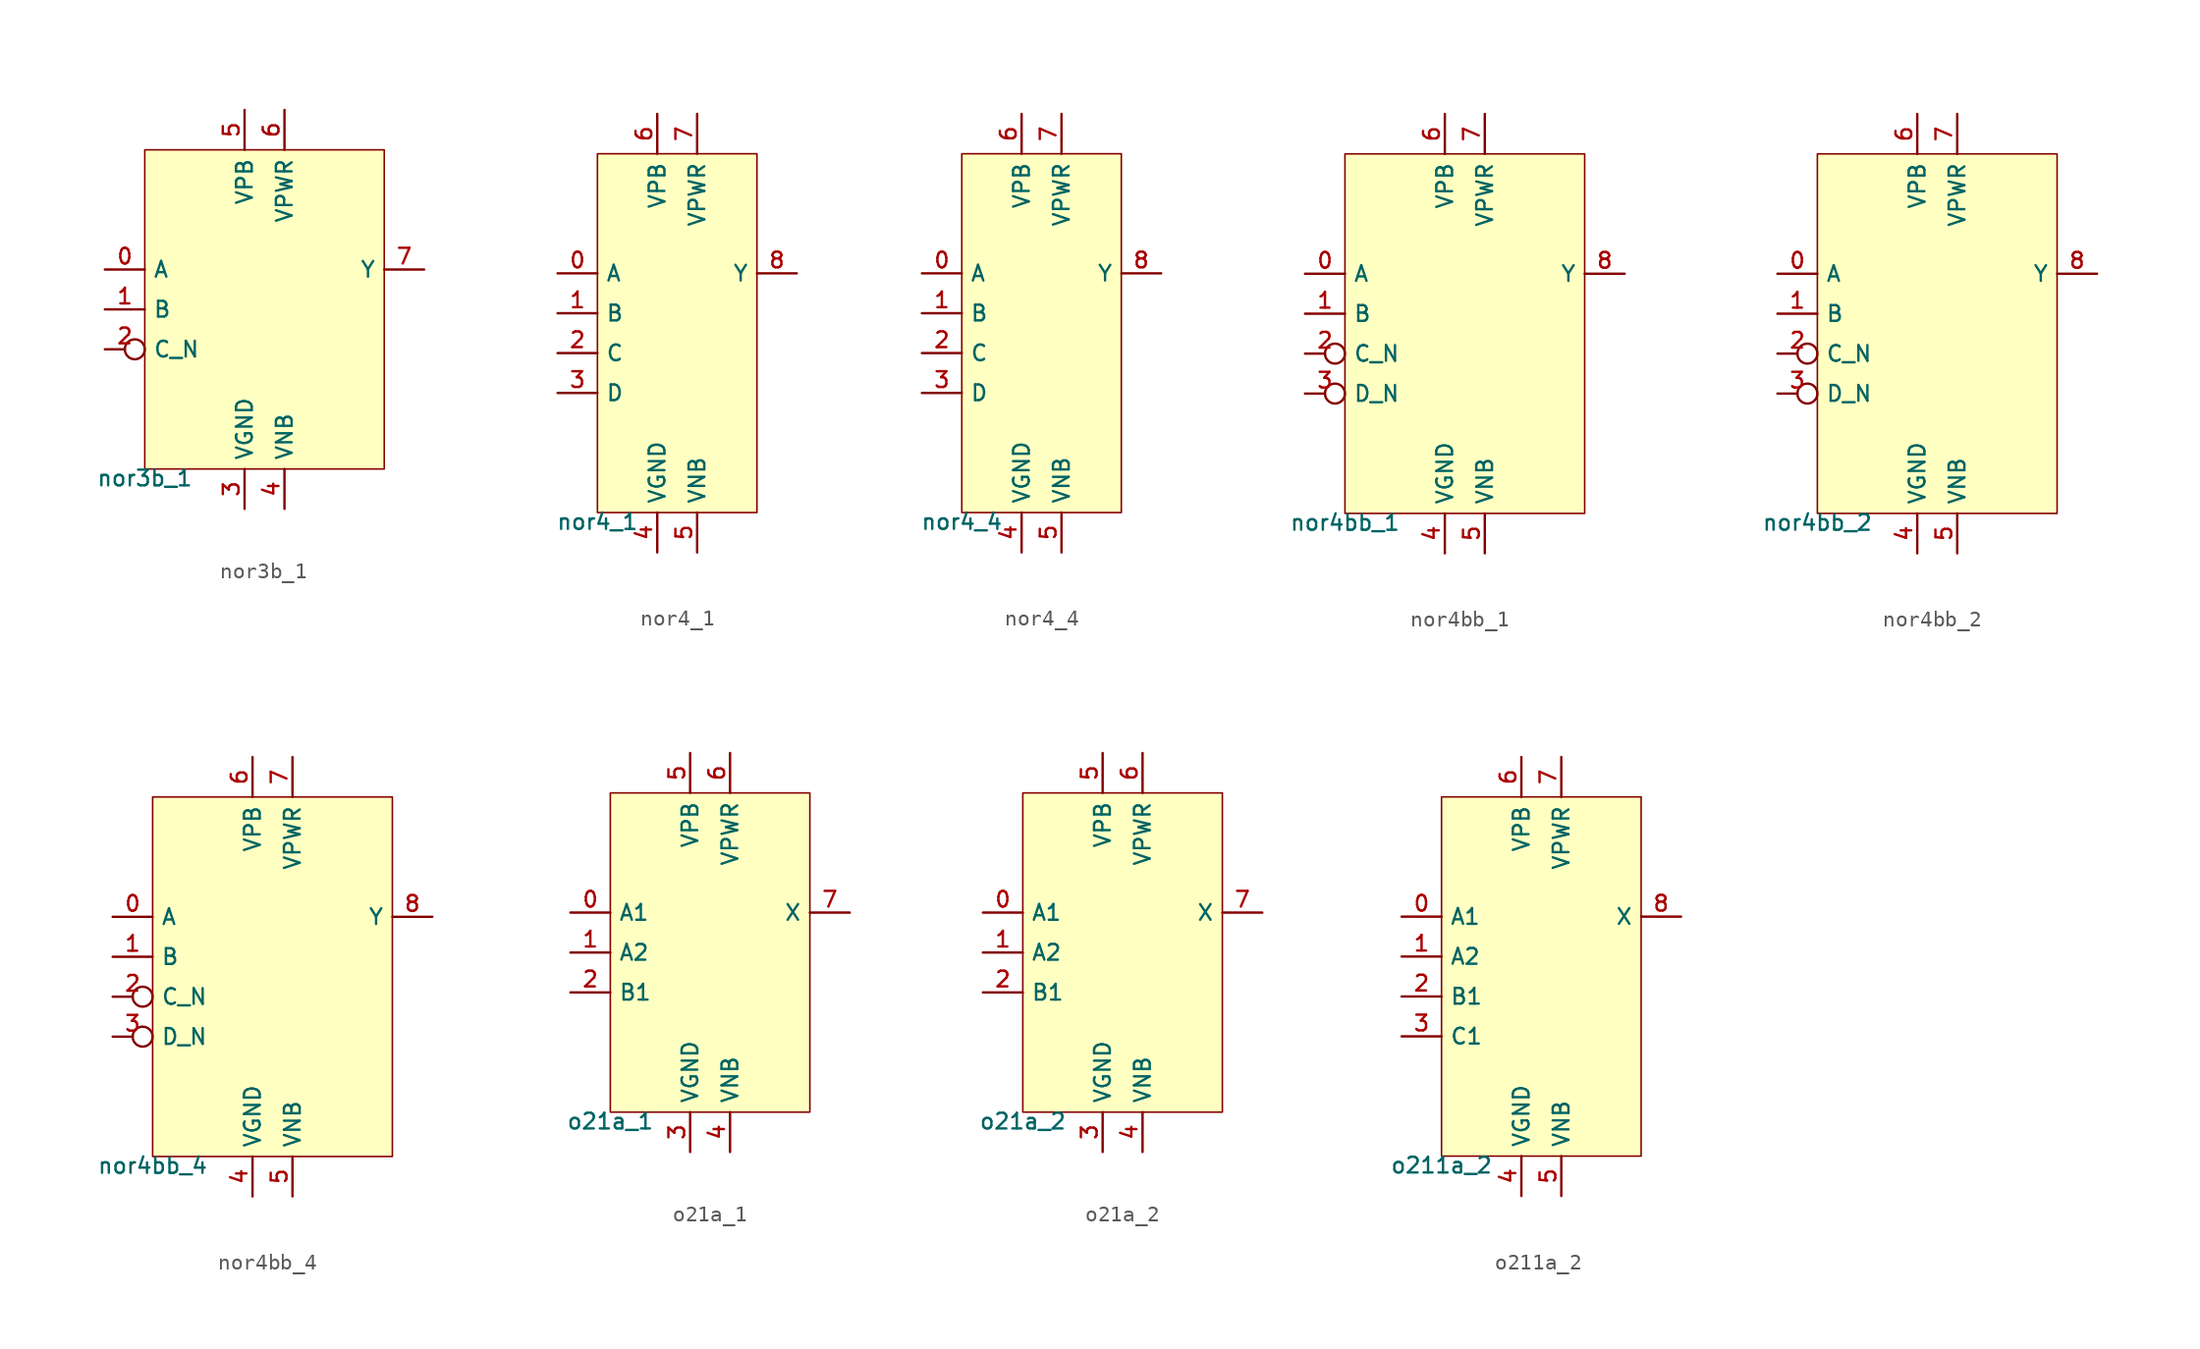
<source format=kicad_sym>
(kicad_symbol_lib
  (version 20211014)
  (generator lef2kicad_sym)
  (symbol "nor3b_1"
    (property "Reference" "CELL"
      (at 0 0 0)
      (effects (font (size 1 1)) hide))
    (property "Value" "nor3b_1"
      (at -7.62 -10.16 0)
      (effects (font (size 1 1)) (justify top)))
    (rectangle
      (start -7.62 -10.16)
      (end 7.62 10.16)
      (stroke (width 0.1) (type solid) (color 0 0 0 0))
      (fill (type background)))
    (pin input line
      (at -10.16 2.54 0)
      (length 2.54)
      (name "A" (effects (font (size 1 1)) hide))
      (number "0" (effects (font (size 1 1)) hide)))
    (pin input line
      (at -10.16 0.0 0)
      (length 2.54)
      (name "B" (effects (font (size 1 1)) hide))
      (number "1" (effects (font (size 1 1)) hide)))
    (pin input inverted
      (at -10.16 -2.54 0)
      (length 2.54)
      (name "C_N" (effects (font (size 1 1)) hide))
      (number "2" (effects (font (size 1 1)) hide)))
    (pin power_in line
      (at -1.27 -12.7 90)
      (length 2.54)
      (name "VGND" (effects (font (size 1 1)) hide))
      (number "3" (effects (font (size 1 1)) hide)))
    (pin power_in line
      (at 1.27 -12.7 90)
      (length 2.54)
      (name "VNB" (effects (font (size 1 1)) hide))
      (number "4" (effects (font (size 1 1)) hide)))
    (pin power_in line
      (at -1.27 12.7 270)
      (length 2.54)
      (name "VPB" (effects (font (size 1 1)) hide))
      (number "5" (effects (font (size 1 1)) hide)))
    (pin power_in line
      (at 1.27 12.7 270)
      (length 2.54)
      (name "VPWR" (effects (font (size 1 1)) hide))
      (number "6" (effects (font (size 1 1)) hide)))
    (pin output line
      (at 10.16 2.54 180)
      (length 2.54)
      (name "Y" (effects (font (size 1 1)) hide))
      (number "7" (effects (font (size 1 1)) hide))))
  (symbol "nor4_1"
    (property "Reference" "CELL"
      (at 0 0 0)
      (effects (font (size 1 1)) hide))
    (property "Value" "nor4_1"
      (at -5.08 -11.43 0)
      (effects (font (size 1 1)) (justify top)))
    (rectangle
      (start -5.08 -11.43)
      (end 5.08 11.43)
      (stroke (width 0.1) (type solid) (color 0 0 0 0))
      (fill (type background)))
    (pin input line
      (at -7.62 3.81 0)
      (length 2.54)
      (name "A" (effects (font (size 1 1)) hide))
      (number "0" (effects (font (size 1 1)) hide)))
    (pin input line
      (at -7.62 1.27 0)
      (length 2.54)
      (name "B" (effects (font (size 1 1)) hide))
      (number "1" (effects (font (size 1 1)) hide)))
    (pin input line
      (at -7.62 -1.27 0)
      (length 2.54)
      (name "C" (effects (font (size 1 1)) hide))
      (number "2" (effects (font (size 1 1)) hide)))
    (pin input line
      (at -7.62 -3.81 0)
      (length 2.54)
      (name "D" (effects (font (size 1 1)) hide))
      (number "3" (effects (font (size 1 1)) hide)))
    (pin power_in line
      (at -1.27 -13.97 90)
      (length 2.54)
      (name "VGND" (effects (font (size 1 1)) hide))
      (number "4" (effects (font (size 1 1)) hide)))
    (pin power_in line
      (at 1.27 -13.97 90)
      (length 2.54)
      (name "VNB" (effects (font (size 1 1)) hide))
      (number "5" (effects (font (size 1 1)) hide)))
    (pin power_in line
      (at -1.27 13.97 270)
      (length 2.54)
      (name "VPB" (effects (font (size 1 1)) hide))
      (number "6" (effects (font (size 1 1)) hide)))
    (pin power_in line
      (at 1.27 13.97 270)
      (length 2.54)
      (name "VPWR" (effects (font (size 1 1)) hide))
      (number "7" (effects (font (size 1 1)) hide)))
    (pin output line
      (at 7.62 3.81 180)
      (length 2.54)
      (name "Y" (effects (font (size 1 1)) hide))
      (number "8" (effects (font (size 1 1)) hide))))
  (symbol "nor4_4"
    (property "Reference" "CELL"
      (at 0 0 0)
      (effects (font (size 1 1)) hide))
    (property "Value" "nor4_4"
      (at -5.08 -11.43 0)
      (effects (font (size 1 1)) (justify top)))
    (rectangle
      (start -5.08 -11.43)
      (end 5.08 11.43)
      (stroke (width 0.1) (type solid) (color 0 0 0 0))
      (fill (type background)))
    (pin input line
      (at -7.62 3.81 0)
      (length 2.54)
      (name "A" (effects (font (size 1 1)) hide))
      (number "0" (effects (font (size 1 1)) hide)))
    (pin input line
      (at -7.62 1.27 0)
      (length 2.54)
      (name "B" (effects (font (size 1 1)) hide))
      (number "1" (effects (font (size 1 1)) hide)))
    (pin input line
      (at -7.62 -1.27 0)
      (length 2.54)
      (name "C" (effects (font (size 1 1)) hide))
      (number "2" (effects (font (size 1 1)) hide)))
    (pin input line
      (at -7.62 -3.81 0)
      (length 2.54)
      (name "D" (effects (font (size 1 1)) hide))
      (number "3" (effects (font (size 1 1)) hide)))
    (pin power_in line
      (at -1.27 -13.97 90)
      (length 2.54)
      (name "VGND" (effects (font (size 1 1)) hide))
      (number "4" (effects (font (size 1 1)) hide)))
    (pin power_in line
      (at 1.27 -13.97 90)
      (length 2.54)
      (name "VNB" (effects (font (size 1 1)) hide))
      (number "5" (effects (font (size 1 1)) hide)))
    (pin power_in line
      (at -1.27 13.97 270)
      (length 2.54)
      (name "VPB" (effects (font (size 1 1)) hide))
      (number "6" (effects (font (size 1 1)) hide)))
    (pin power_in line
      (at 1.27 13.97 270)
      (length 2.54)
      (name "VPWR" (effects (font (size 1 1)) hide))
      (number "7" (effects (font (size 1 1)) hide)))
    (pin output line
      (at 7.62 3.81 180)
      (length 2.54)
      (name "Y" (effects (font (size 1 1)) hide))
      (number "8" (effects (font (size 1 1)) hide))))
  (symbol "nor4bb_1"
    (property "Reference" "CELL"
      (at 0 0 0)
      (effects (font (size 1 1)) hide))
    (property "Value" "nor4bb_1"
      (at -7.62 -11.43 0)
      (effects (font (size 1 1)) (justify top)))
    (rectangle
      (start -7.62 -11.43)
      (end 7.62 11.43)
      (stroke (width 0.1) (type solid) (color 0 0 0 0))
      (fill (type background)))
    (pin input line
      (at -10.16 3.81 0)
      (length 2.54)
      (name "A" (effects (font (size 1 1)) hide))
      (number "0" (effects (font (size 1 1)) hide)))
    (pin input line
      (at -10.16 1.27 0)
      (length 2.54)
      (name "B" (effects (font (size 1 1)) hide))
      (number "1" (effects (font (size 1 1)) hide)))
    (pin input inverted
      (at -10.16 -1.27 0)
      (length 2.54)
      (name "C_N" (effects (font (size 1 1)) hide))
      (number "2" (effects (font (size 1 1)) hide)))
    (pin input inverted
      (at -10.16 -3.81 0)
      (length 2.54)
      (name "D_N" (effects (font (size 1 1)) hide))
      (number "3" (effects (font (size 1 1)) hide)))
    (pin power_in line
      (at -1.27 -13.97 90)
      (length 2.54)
      (name "VGND" (effects (font (size 1 1)) hide))
      (number "4" (effects (font (size 1 1)) hide)))
    (pin power_in line
      (at 1.27 -13.97 90)
      (length 2.54)
      (name "VNB" (effects (font (size 1 1)) hide))
      (number "5" (effects (font (size 1 1)) hide)))
    (pin power_in line
      (at -1.27 13.97 270)
      (length 2.54)
      (name "VPB" (effects (font (size 1 1)) hide))
      (number "6" (effects (font (size 1 1)) hide)))
    (pin power_in line
      (at 1.27 13.97 270)
      (length 2.54)
      (name "VPWR" (effects (font (size 1 1)) hide))
      (number "7" (effects (font (size 1 1)) hide)))
    (pin output line
      (at 10.16 3.81 180)
      (length 2.54)
      (name "Y" (effects (font (size 1 1)) hide))
      (number "8" (effects (font (size 1 1)) hide))))
  (symbol "nor4bb_2"
    (property "Reference" "CELL"
      (at 0 0 0)
      (effects (font (size 1 1)) hide))
    (property "Value" "nor4bb_2"
      (at -7.62 -11.43 0)
      (effects (font (size 1 1)) (justify top)))
    (rectangle
      (start -7.62 -11.43)
      (end 7.62 11.43)
      (stroke (width 0.1) (type solid) (color 0 0 0 0))
      (fill (type background)))
    (pin input line
      (at -10.16 3.81 0)
      (length 2.54)
      (name "A" (effects (font (size 1 1)) hide))
      (number "0" (effects (font (size 1 1)) hide)))
    (pin input line
      (at -10.16 1.27 0)
      (length 2.54)
      (name "B" (effects (font (size 1 1)) hide))
      (number "1" (effects (font (size 1 1)) hide)))
    (pin input inverted
      (at -10.16 -1.27 0)
      (length 2.54)
      (name "C_N" (effects (font (size 1 1)) hide))
      (number "2" (effects (font (size 1 1)) hide)))
    (pin input inverted
      (at -10.16 -3.81 0)
      (length 2.54)
      (name "D_N" (effects (font (size 1 1)) hide))
      (number "3" (effects (font (size 1 1)) hide)))
    (pin power_in line
      (at -1.27 -13.97 90)
      (length 2.54)
      (name "VGND" (effects (font (size 1 1)) hide))
      (number "4" (effects (font (size 1 1)) hide)))
    (pin power_in line
      (at 1.27 -13.97 90)
      (length 2.54)
      (name "VNB" (effects (font (size 1 1)) hide))
      (number "5" (effects (font (size 1 1)) hide)))
    (pin power_in line
      (at -1.27 13.97 270)
      (length 2.54)
      (name "VPB" (effects (font (size 1 1)) hide))
      (number "6" (effects (font (size 1 1)) hide)))
    (pin power_in line
      (at 1.27 13.97 270)
      (length 2.54)
      (name "VPWR" (effects (font (size 1 1)) hide))
      (number "7" (effects (font (size 1 1)) hide)))
    (pin output line
      (at 10.16 3.81 180)
      (length 2.54)
      (name "Y" (effects (font (size 1 1)) hide))
      (number "8" (effects (font (size 1 1)) hide))))
  (symbol "nor4bb_4"
    (property "Reference" "CELL"
      (at 0 0 0)
      (effects (font (size 1 1)) hide))
    (property "Value" "nor4bb_4"
      (at -7.62 -11.43 0)
      (effects (font (size 1 1)) (justify top)))
    (rectangle
      (start -7.62 -11.43)
      (end 7.62 11.43)
      (stroke (width 0.1) (type solid) (color 0 0 0 0))
      (fill (type background)))
    (pin input line
      (at -10.16 3.81 0)
      (length 2.54)
      (name "A" (effects (font (size 1 1)) hide))
      (number "0" (effects (font (size 1 1)) hide)))
    (pin input line
      (at -10.16 1.27 0)
      (length 2.54)
      (name "B" (effects (font (size 1 1)) hide))
      (number "1" (effects (font (size 1 1)) hide)))
    (pin input inverted
      (at -10.16 -1.27 0)
      (length 2.54)
      (name "C_N" (effects (font (size 1 1)) hide))
      (number "2" (effects (font (size 1 1)) hide)))
    (pin input inverted
      (at -10.16 -3.81 0)
      (length 2.54)
      (name "D_N" (effects (font (size 1 1)) hide))
      (number "3" (effects (font (size 1 1)) hide)))
    (pin power_in line
      (at -1.27 -13.97 90)
      (length 2.54)
      (name "VGND" (effects (font (size 1 1)) hide))
      (number "4" (effects (font (size 1 1)) hide)))
    (pin power_in line
      (at 1.27 -13.97 90)
      (length 2.54)
      (name "VNB" (effects (font (size 1 1)) hide))
      (number "5" (effects (font (size 1 1)) hide)))
    (pin power_in line
      (at -1.27 13.97 270)
      (length 2.54)
      (name "VPB" (effects (font (size 1 1)) hide))
      (number "6" (effects (font (size 1 1)) hide)))
    (pin power_in line
      (at 1.27 13.97 270)
      (length 2.54)
      (name "VPWR" (effects (font (size 1 1)) hide))
      (number "7" (effects (font (size 1 1)) hide)))
    (pin output line
      (at 10.16 3.81 180)
      (length 2.54)
      (name "Y" (effects (font (size 1 1)) hide))
      (number "8" (effects (font (size 1 1)) hide))))
  (symbol "o21a_1"
    (property "Reference" "CELL"
      (at 0 0 0)
      (effects (font (size 1 1)) hide))
    (property "Value" "o21a_1"
      (at -6.35 -10.16 0)
      (effects (font (size 1 1)) (justify top)))
    (rectangle
      (start -6.35 -10.16)
      (end 6.35 10.16)
      (stroke (width 0.1) (type solid) (color 0 0 0 0))
      (fill (type background)))
    (pin input line
      (at -8.89 2.54 0)
      (length 2.54)
      (name "A1" (effects (font (size 1 1)) hide))
      (number "0" (effects (font (size 1 1)) hide)))
    (pin input line
      (at -8.89 0.0 0)
      (length 2.54)
      (name "A2" (effects (font (size 1 1)) hide))
      (number "1" (effects (font (size 1 1)) hide)))
    (pin input line
      (at -8.89 -2.54 0)
      (length 2.54)
      (name "B1" (effects (font (size 1 1)) hide))
      (number "2" (effects (font (size 1 1)) hide)))
    (pin power_in line
      (at -1.27 -12.7 90)
      (length 2.54)
      (name "VGND" (effects (font (size 1 1)) hide))
      (number "3" (effects (font (size 1 1)) hide)))
    (pin power_in line
      (at 1.27 -12.7 90)
      (length 2.54)
      (name "VNB" (effects (font (size 1 1)) hide))
      (number "4" (effects (font (size 1 1)) hide)))
    (pin power_in line
      (at -1.27 12.7 270)
      (length 2.54)
      (name "VPB" (effects (font (size 1 1)) hide))
      (number "5" (effects (font (size 1 1)) hide)))
    (pin power_in line
      (at 1.27 12.7 270)
      (length 2.54)
      (name "VPWR" (effects (font (size 1 1)) hide))
      (number "6" (effects (font (size 1 1)) hide)))
    (pin output line
      (at 8.89 2.54 180)
      (length 2.54)
      (name "X" (effects (font (size 1 1)) hide))
      (number "7" (effects (font (size 1 1)) hide))))
  (symbol "o21a_2"
    (property "Reference" "CELL"
      (at 0 0 0)
      (effects (font (size 1 1)) hide))
    (property "Value" "o21a_2"
      (at -6.35 -10.16 0)
      (effects (font (size 1 1)) (justify top)))
    (rectangle
      (start -6.35 -10.16)
      (end 6.35 10.16)
      (stroke (width 0.1) (type solid) (color 0 0 0 0))
      (fill (type background)))
    (pin input line
      (at -8.89 2.54 0)
      (length 2.54)
      (name "A1" (effects (font (size 1 1)) hide))
      (number "0" (effects (font (size 1 1)) hide)))
    (pin input line
      (at -8.89 0.0 0)
      (length 2.54)
      (name "A2" (effects (font (size 1 1)) hide))
      (number "1" (effects (font (size 1 1)) hide)))
    (pin input line
      (at -8.89 -2.54 0)
      (length 2.54)
      (name "B1" (effects (font (size 1 1)) hide))
      (number "2" (effects (font (size 1 1)) hide)))
    (pin power_in line
      (at -1.27 -12.7 90)
      (length 2.54)
      (name "VGND" (effects (font (size 1 1)) hide))
      (number "3" (effects (font (size 1 1)) hide)))
    (pin power_in line
      (at 1.27 -12.7 90)
      (length 2.54)
      (name "VNB" (effects (font (size 1 1)) hide))
      (number "4" (effects (font (size 1 1)) hide)))
    (pin power_in line
      (at -1.27 12.7 270)
      (length 2.54)
      (name "VPB" (effects (font (size 1 1)) hide))
      (number "5" (effects (font (size 1 1)) hide)))
    (pin power_in line
      (at 1.27 12.7 270)
      (length 2.54)
      (name "VPWR" (effects (font (size 1 1)) hide))
      (number "6" (effects (font (size 1 1)) hide)))
    (pin output line
      (at 8.89 2.54 180)
      (length 2.54)
      (name "X" (effects (font (size 1 1)) hide))
      (number "7" (effects (font (size 1 1)) hide))))
  (symbol "o211a_2"
    (property "Reference" "CELL"
      (at 0 0 0)
      (effects (font (size 1 1)) hide))
    (property "Value" "o211a_2"
      (at -6.35 -11.43 0)
      (effects (font (size 1 1)) (justify top)))
    (rectangle
      (start -6.35 -11.43)
      (end 6.35 11.43)
      (stroke (width 0.1) (type solid) (color 0 0 0 0))
      (fill (type background)))
    (pin input line
      (at -8.89 3.81 0)
      (length 2.54)
      (name "A1" (effects (font (size 1 1)) hide))
      (number "0" (effects (font (size 1 1)) hide)))
    (pin input line
      (at -8.89 1.27 0)
      (length 2.54)
      (name "A2" (effects (font (size 1 1)) hide))
      (number "1" (effects (font (size 1 1)) hide)))
    (pin input line
      (at -8.89 -1.27 0)
      (length 2.54)
      (name "B1" (effects (font (size 1 1)) hide))
      (number "2" (effects (font (size 1 1)) hide)))
    (pin input line
      (at -8.89 -3.81 0)
      (length 2.54)
      (name "C1" (effects (font (size 1 1)) hide))
      (number "3" (effects (font (size 1 1)) hide)))
    (pin power_in line
      (at -1.27 -13.97 90)
      (length 2.54)
      (name "VGND" (effects (font (size 1 1)) hide))
      (number "4" (effects (font (size 1 1)) hide)))
    (pin power_in line
      (at 1.27 -13.97 90)
      (length 2.54)
      (name "VNB" (effects (font (size 1 1)) hide))
      (number "5" (effects (font (size 1 1)) hide)))
    (pin power_in line
      (at -1.27 13.97 270)
      (length 2.54)
      (name "VPB" (effects (font (size 1 1)) hide))
      (number "6" (effects (font (size 1 1)) hide)))
    (pin power_in line
      (at 1.27 13.97 270)
      (length 2.54)
      (name "VPWR" (effects (font (size 1 1)) hide))
      (number "7" (effects (font (size 1 1)) hide)))
    (pin output line
      (at 8.89 3.81 180)
      (length 2.54)
      (name "X" (effects (font (size 1 1)) hide))
      (number "8" (effects (font (size 1 1)) hide)))))
</source>
